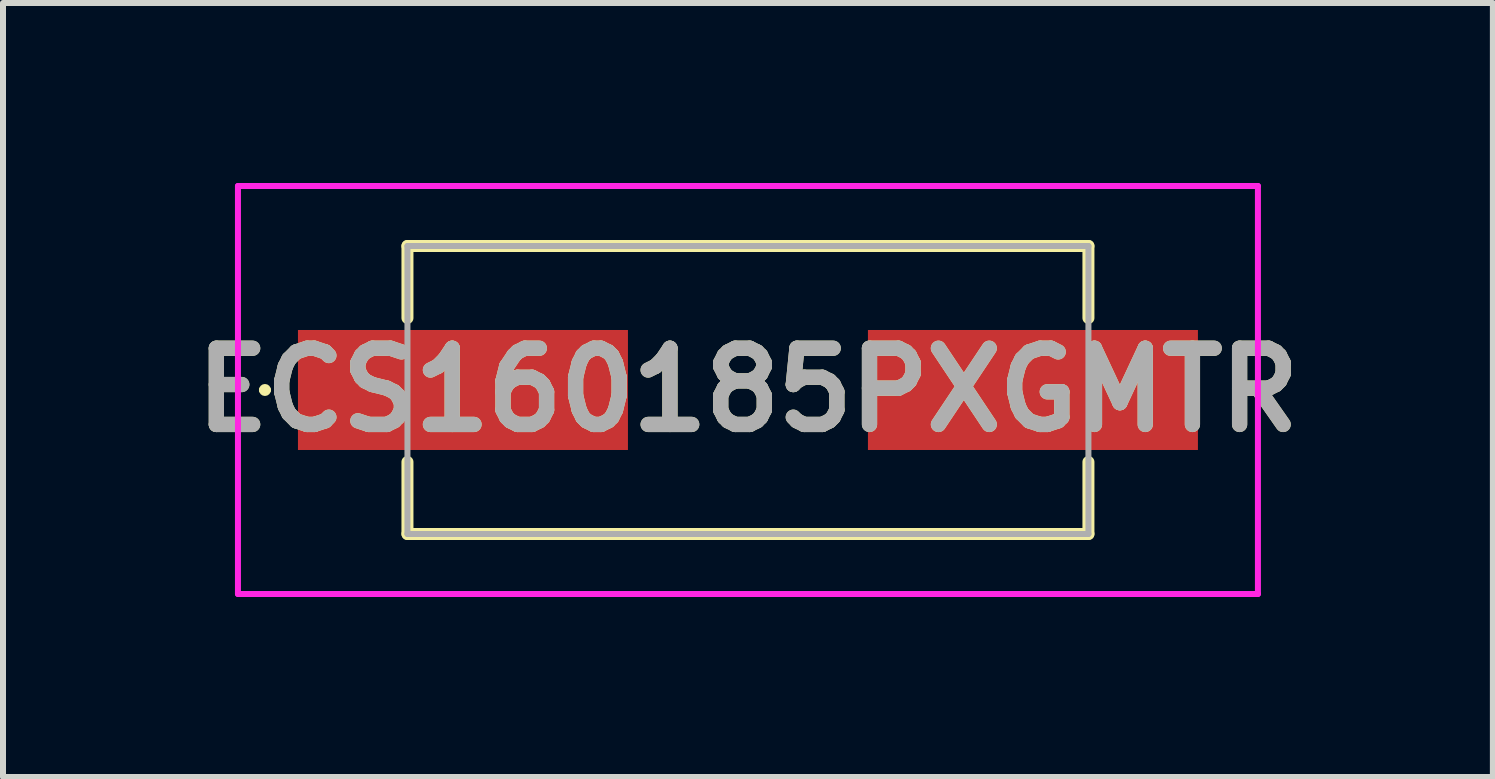
<source format=kicad_pcb>
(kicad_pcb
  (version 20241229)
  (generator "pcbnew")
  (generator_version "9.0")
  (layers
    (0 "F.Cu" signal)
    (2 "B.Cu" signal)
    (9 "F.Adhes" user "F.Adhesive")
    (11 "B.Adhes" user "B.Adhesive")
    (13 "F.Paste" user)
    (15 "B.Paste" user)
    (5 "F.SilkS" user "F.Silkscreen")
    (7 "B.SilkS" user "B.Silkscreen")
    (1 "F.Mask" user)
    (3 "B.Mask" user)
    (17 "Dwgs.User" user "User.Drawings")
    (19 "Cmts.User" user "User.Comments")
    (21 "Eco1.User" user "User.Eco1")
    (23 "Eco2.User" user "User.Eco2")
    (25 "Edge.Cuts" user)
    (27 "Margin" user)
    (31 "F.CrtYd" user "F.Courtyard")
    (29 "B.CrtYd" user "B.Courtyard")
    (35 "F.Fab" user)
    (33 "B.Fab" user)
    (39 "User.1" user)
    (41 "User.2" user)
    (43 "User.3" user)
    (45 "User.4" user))
  (footprint "ECS160185PXGMTR"
    (layer "F.Cu")
    (at 9.416 3.45)
    (property "Reference" "ECS160185PXGMTR" (at 0 0 0) (layer "F.SilkS") (effects (font (size 1.27 1.27) (thickness 0.254))))
    (attr smd)
    (fp_line (start -8.1 0) (end -8.1 0) (stroke (width 0.1) (type solid)) (layer "F.SilkS"))
    (fp_line (start -8 0) (end -8 0) (stroke (width 0.1) (type solid)) (layer "F.SilkS"))
    (fp_line (start -5.675 -2.4) (end 5.675 -2.4) (stroke (width 0.2) (type solid)) (layer "F.SilkS"))
    (fp_line (start -5.675 -1.2) (end -5.675 -2.4) (stroke (width 0.2) (type solid)) (layer "F.SilkS"))
    (fp_line (start -5.675 2.4) (end -5.675 1.2) (stroke (width 0.2) (type solid)) (layer "F.SilkS"))
    (fp_line (start 5.675 -2.4) (end 5.675 -1.2) (stroke (width 0.2) (type solid)) (layer "F.SilkS"))
    (fp_line (start 5.675 1.2) (end 5.675 2.4) (stroke (width 0.2) (type solid)) (layer "F.SilkS"))
    (fp_line (start 5.675 2.4) (end -5.675 2.4) (stroke (width 0.2) (type solid)) (layer "F.SilkS"))
    (fp_arc (start -8.1 0) (mid -8.05 -0.05) (end -8 0) (stroke (width 0.1) (type solid)) (layer "F.SilkS"))
    (fp_arc (start -8 0) (mid -8.05 0.05) (end -8.1 0) (stroke (width 0.1) (type solid)) (layer "F.SilkS"))
    (fp_line (start -8.5 -3.4) (end 8.5 -3.4) (stroke (width 0.1) (type solid)) (layer "F.CrtYd"))
    (fp_line (start -8.5 3.4) (end -8.5 -3.4) (stroke (width 0.1) (type solid)) (layer "F.CrtYd"))
    (fp_line (start 8.5 -3.4) (end 8.5 3.4) (stroke (width 0.1) (type solid)) (layer "F.CrtYd"))
    (fp_line (start 8.5 3.4) (end -8.5 3.4) (stroke (width 0.1) (type solid)) (layer "F.CrtYd"))
    (fp_line (start -5.675 -2.4) (end -5.675 2.4) (stroke (width 0.1) (type solid)) (layer "F.Fab"))
    (fp_line (start -5.675 2.4) (end 5.675 2.4) (stroke (width 0.1) (type solid)) (layer "F.Fab"))
    (fp_line (start 5.675 -2.4) (end -5.675 -2.4) (stroke (width 0.1) (type solid)) (layer "F.Fab"))
    (fp_line (start 5.675 2.4) (end 5.675 -2.4) (stroke (width 0.1) (type solid)) (layer "F.Fab"))
    (fp_text user "${REFERENCE}" (at 0 0 0) (layer "F.Fab") (effects (font (size 1.27 1.27) (thickness 0.254))))
    (pad "1" smd rect (at -4.75 0 90) (size 2 5.5) (layers "F.Cu" "F.Mask" "F.Paste"))
    (pad "2" smd rect (at 4.75 0 90) (size 2 5.5) (layers "F.Cu" "F.Mask" "F.Paste")))
  (gr_rect
    (start -3 -3)
    (end 21.832 9.9)
    (stroke (width 0.1) (type default))
    (fill no)
    (layer "Edge.Cuts")))
</source>
